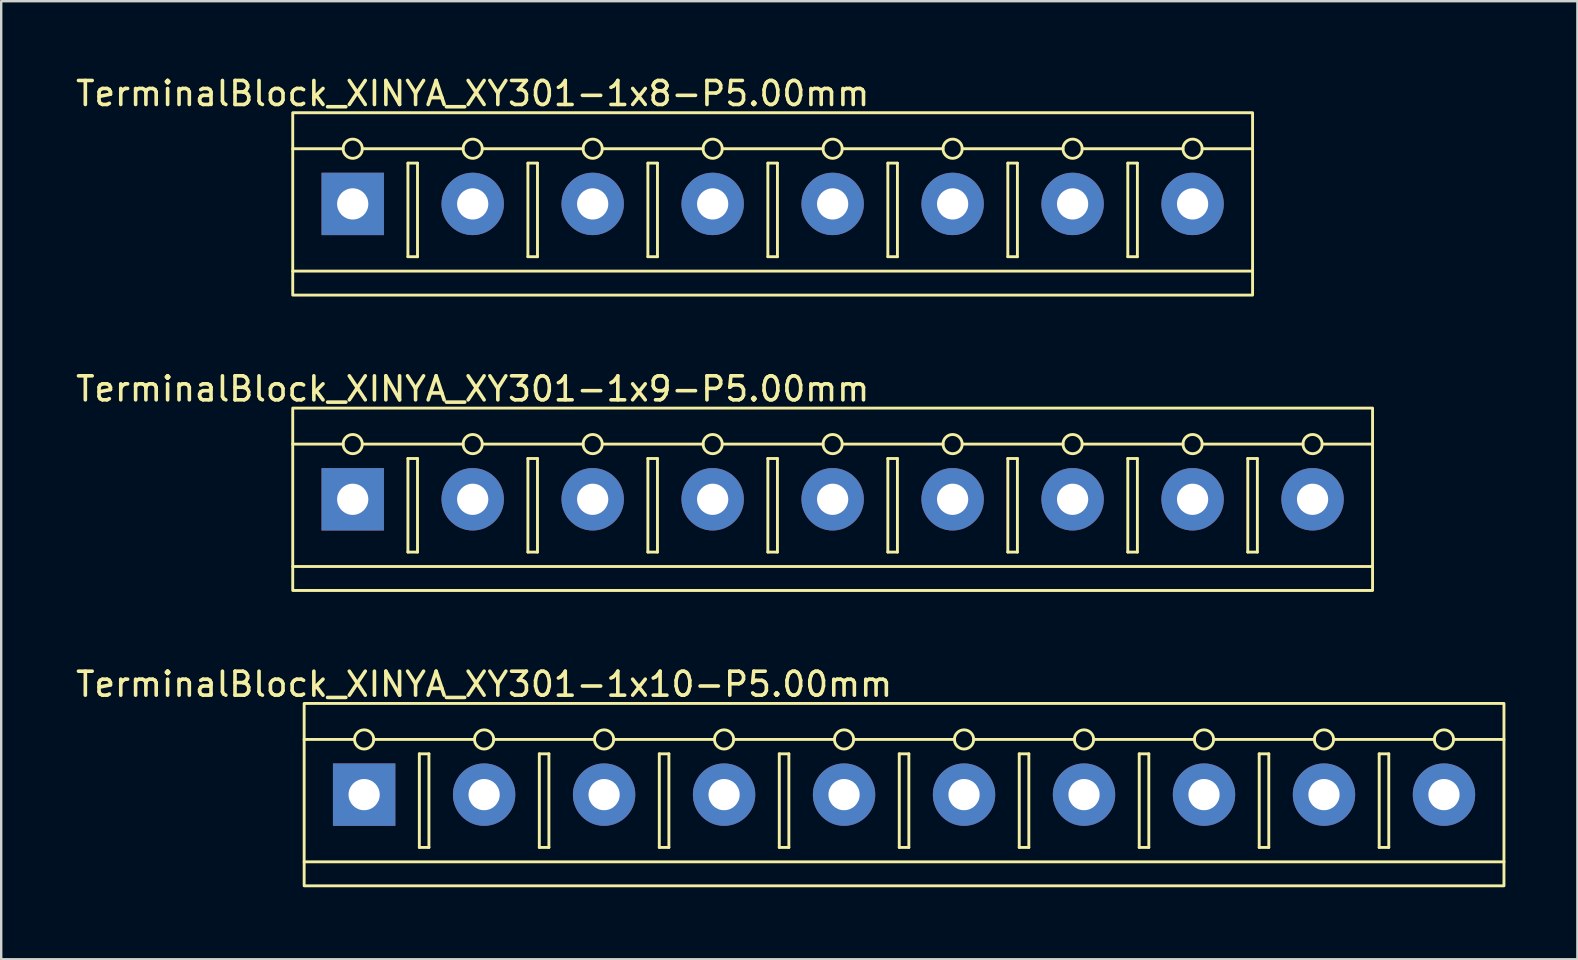
<source format=kicad_pcb>
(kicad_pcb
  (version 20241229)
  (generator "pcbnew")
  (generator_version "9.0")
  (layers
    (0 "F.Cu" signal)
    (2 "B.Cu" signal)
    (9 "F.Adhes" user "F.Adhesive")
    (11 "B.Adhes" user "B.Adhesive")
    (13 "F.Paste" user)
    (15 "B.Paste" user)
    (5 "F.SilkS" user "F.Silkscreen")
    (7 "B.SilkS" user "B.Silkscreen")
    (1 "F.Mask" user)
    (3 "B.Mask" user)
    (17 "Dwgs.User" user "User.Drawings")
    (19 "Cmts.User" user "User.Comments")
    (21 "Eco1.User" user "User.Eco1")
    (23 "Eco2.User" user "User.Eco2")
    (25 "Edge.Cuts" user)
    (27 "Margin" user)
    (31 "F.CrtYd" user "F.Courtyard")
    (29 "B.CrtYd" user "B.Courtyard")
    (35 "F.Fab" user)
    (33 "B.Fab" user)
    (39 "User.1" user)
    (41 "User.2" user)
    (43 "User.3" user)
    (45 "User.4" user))
  (footprint "TerminalBlock_XINYA_XY301-1x10-P5.00mm"
    (layer "F.Cu")
    (at 9.625 26.265)
    (property "Reference" "TerminalBlock_XINYA_XY301-1x10-P5.00mm" (at 7.5 -0.8 0) (unlocked yes) (layer "F.SilkS") (effects (font (size 1 1) (thickness 0.15))))
    (attr through_hole)
    (fp_line (start 2.1 1.5) (end 0 1.5) (stroke (width 0.12) (type solid)) (layer "F.SilkS"))
    (fp_line (start 4.8 2.1) (end 4.8 6) (stroke (width 0.12) (type solid)) (layer "F.SilkS"))
    (fp_line (start 4.8 6) (end 5.2 6) (stroke (width 0.12) (type solid)) (layer "F.SilkS"))
    (fp_line (start 5.2 2.1) (end 4.8 2.1) (stroke (width 0.12) (type solid)) (layer "F.SilkS"))
    (fp_line (start 5.2 6) (end 5.2 2.1) (stroke (width 0.12) (type solid)) (layer "F.SilkS"))
    (fp_line (start 7.1 1.5) (end 2.9 1.5) (stroke (width 0.12) (type solid)) (layer "F.SilkS"))
    (fp_line (start 9.8 2.1) (end 9.8 6) (stroke (width 0.12) (type solid)) (layer "F.SilkS"))
    (fp_line (start 9.8 6) (end 10.2 6) (stroke (width 0.12) (type solid)) (layer "F.SilkS"))
    (fp_line (start 10.2 2.1) (end 9.8 2.1) (stroke (width 0.12) (type solid)) (layer "F.SilkS"))
    (fp_line (start 10.2 6) (end 10.2 2.1) (stroke (width 0.12) (type solid)) (layer "F.SilkS"))
    (fp_line (start 12.1 1.5) (end 7.9 1.5) (stroke (width 0.12) (type solid)) (layer "F.SilkS"))
    (fp_line (start 14.8 2.1) (end 14.8 6) (stroke (width 0.12) (type solid)) (layer "F.SilkS"))
    (fp_line (start 14.8 6) (end 15.2 6) (stroke (width 0.12) (type solid)) (layer "F.SilkS"))
    (fp_line (start 15.2 2.1) (end 14.8 2.1) (stroke (width 0.12) (type solid)) (layer "F.SilkS"))
    (fp_line (start 15.2 6) (end 15.2 2.1) (stroke (width 0.12) (type solid)) (layer "F.SilkS"))
    (fp_line (start 17.1 1.5) (end 12.9 1.5) (stroke (width 0.12) (type solid)) (layer "F.SilkS"))
    (fp_line (start 19.8 2.1) (end 19.8 6) (stroke (width 0.12) (type solid)) (layer "F.SilkS"))
    (fp_line (start 19.8 6) (end 20.2 6) (stroke (width 0.12) (type solid)) (layer "F.SilkS"))
    (fp_line (start 20.2 2.1) (end 19.8 2.1) (stroke (width 0.12) (type solid)) (layer "F.SilkS"))
    (fp_line (start 20.2 6) (end 20.2 2.1) (stroke (width 0.12) (type solid)) (layer "F.SilkS"))
    (fp_line (start 22.1 1.5) (end 17.9 1.5) (stroke (width 0.12) (type solid)) (layer "F.SilkS"))
    (fp_line (start 24.8 2.1) (end 24.8 6) (stroke (width 0.12) (type solid)) (layer "F.SilkS"))
    (fp_line (start 24.8 6) (end 25.2 6) (stroke (width 0.12) (type solid)) (layer "F.SilkS"))
    (fp_line (start 25.2 2.1) (end 24.8 2.1) (stroke (width 0.12) (type solid)) (layer "F.SilkS"))
    (fp_line (start 25.2 6) (end 25.2 2.1) (stroke (width 0.12) (type solid)) (layer "F.SilkS"))
    (fp_line (start 27.1 1.5) (end 22.9 1.5) (stroke (width 0.12) (type solid)) (layer "F.SilkS"))
    (fp_line (start 29.8 2.1) (end 29.8 6) (stroke (width 0.12) (type solid)) (layer "F.SilkS"))
    (fp_line (start 29.8 6) (end 30.2 6) (stroke (width 0.12) (type solid)) (layer "F.SilkS"))
    (fp_line (start 30.2 2.1) (end 29.8 2.1) (stroke (width 0.12) (type solid)) (layer "F.SilkS"))
    (fp_line (start 30.2 6) (end 30.2 2.1) (stroke (width 0.12) (type solid)) (layer "F.SilkS"))
    (fp_line (start 32.1 1.5) (end 27.9 1.5) (stroke (width 0.12) (type solid)) (layer "F.SilkS"))
    (fp_line (start 34.8 2.1) (end 34.8 6) (stroke (width 0.12) (type solid)) (layer "F.SilkS"))
    (fp_line (start 34.8 6) (end 35.2 6) (stroke (width 0.12) (type solid)) (layer "F.SilkS"))
    (fp_line (start 35.2 2.1) (end 34.8 2.1) (stroke (width 0.12) (type solid)) (layer "F.SilkS"))
    (fp_line (start 35.2 6) (end 35.2 2.1) (stroke (width 0.12) (type solid)) (layer "F.SilkS"))
    (fp_line (start 37.1 1.5) (end 32.9 1.5) (stroke (width 0.12) (type solid)) (layer "F.SilkS"))
    (fp_line (start 39.8 2.1) (end 39.8 6) (stroke (width 0.12) (type solid)) (layer "F.SilkS"))
    (fp_line (start 39.8 6) (end 40.2 6) (stroke (width 0.12) (type solid)) (layer "F.SilkS"))
    (fp_line (start 40.2 2.1) (end 39.8 2.1) (stroke (width 0.12) (type solid)) (layer "F.SilkS"))
    (fp_line (start 40.2 6) (end 40.2 2.1) (stroke (width 0.12) (type solid)) (layer "F.SilkS"))
    (fp_line (start 42.1 1.5) (end 37.9 1.5) (stroke (width 0.12) (type solid)) (layer "F.SilkS"))
    (fp_line (start 44.8 2.1) (end 44.8 6) (stroke (width 0.12) (type solid)) (layer "F.SilkS"))
    (fp_line (start 44.8 6) (end 45.2 6) (stroke (width 0.12) (type solid)) (layer "F.SilkS"))
    (fp_line (start 45.2 2.1) (end 44.8 2.1) (stroke (width 0.12) (type solid)) (layer "F.SilkS"))
    (fp_line (start 45.2 6) (end 45.2 2.1) (stroke (width 0.12) (type solid)) (layer "F.SilkS"))
    (fp_line (start 47.1 1.5) (end 42.9 1.5) (stroke (width 0.12) (type solid)) (layer "F.SilkS"))
    (fp_line (start 47.9 1.5) (end 50 1.5) (stroke (width 0.12) (type solid)) (layer "F.SilkS"))
    (fp_line (start 50 6.6) (end 0 6.6) (stroke (width 0.12) (type solid)) (layer "F.SilkS"))
    (fp_rect (start 0 0) (end 50 7.6) (stroke (width 0.12) (type solid)) (fill no) (layer "F.SilkS"))
    (fp_circle (center 2.5 1.5) (end 2.9 1.5) (stroke (width 0.12) (type solid)) (fill no) (layer "F.SilkS"))
    (fp_circle (center 7.5 1.5) (end 7.9 1.5) (stroke (width 0.12) (type solid)) (fill no) (layer "F.SilkS"))
    (fp_circle (center 12.5 1.5) (end 12.9 1.5) (stroke (width 0.12) (type solid)) (fill no) (layer "F.SilkS"))
    (fp_circle (center 17.5 1.5) (end 17.9 1.5) (stroke (width 0.12) (type solid)) (fill no) (layer "F.SilkS"))
    (fp_circle (center 22.5 1.5) (end 22.9 1.5) (stroke (width 0.12) (type solid)) (fill no) (layer "F.SilkS"))
    (fp_circle (center 27.5 1.5) (end 27.9 1.5) (stroke (width 0.12) (type solid)) (fill no) (layer "F.SilkS"))
    (fp_circle (center 32.5 1.5) (end 32.9 1.5) (stroke (width 0.12) (type solid)) (fill no) (layer "F.SilkS"))
    (fp_circle (center 37.5 1.5) (end 37.9 1.5) (stroke (width 0.12) (type solid)) (fill no) (layer "F.SilkS"))
    (fp_circle (center 42.5 1.5) (end 42.9 1.5) (stroke (width 0.12) (type solid)) (fill no) (layer "F.SilkS"))
    (fp_circle (center 47.5 1.5) (end 47.9 1.5) (stroke (width 0.12) (type solid)) (fill no) (layer "F.SilkS"))
    (pad "1" thru_hole rect (at 2.5 3.8) (size 2.6 2.6) (drill 1.3) (layers "*.Cu" "*.Mask"))
    (pad "2" thru_hole circle (at 7.5 3.8) (size 2.6 2.6) (drill 1.3) (layers "*.Cu" "*.Mask"))
    (pad "3" thru_hole circle (at 12.5 3.8) (size 2.6 2.6) (drill 1.3) (layers "*.Cu" "*.Mask"))
    (pad "4" thru_hole circle (at 17.5 3.8) (size 2.6 2.6) (drill 1.3) (layers "*.Cu" "*.Mask"))
    (pad "5" thru_hole circle (at 22.5 3.8) (size 2.6 2.6) (drill 1.3) (layers "*.Cu" "*.Mask"))
    (pad "6" thru_hole circle (at 27.5 3.8) (size 2.6 2.6) (drill 1.3) (layers "*.Cu" "*.Mask"))
    (pad "7" thru_hole circle (at 32.5 3.8) (size 2.6 2.6) (drill 1.3) (layers "*.Cu" "*.Mask"))
    (pad "8" thru_hole circle (at 37.5 3.8) (size 2.6 2.6) (drill 1.3) (layers "*.Cu" "*.Mask"))
    (pad "9" thru_hole circle (at 42.5 3.8) (size 2.6 2.6) (drill 1.3) (layers "*.Cu" "*.Mask"))
    (pad "10" thru_hole circle (at 47.5 3.8) (size 2.6 2.6) (drill 1.3) (layers "*.Cu" "*.Mask")))
  (footprint "TerminalBlock_XINYA_XY301-1x8-P5.00mm"
    (layer "F.Cu")
    (at 9.149 1.648)
    (property "Reference" "TerminalBlock_XINYA_XY301-1x8-P5.00mm" (at 7.5 -0.8 0) (unlocked yes) (layer "F.SilkS") (effects (font (size 1 1) (thickness 0.15))))
    (attr through_hole)
    (fp_line (start 2.1 1.5) (end 0 1.5) (stroke (width 0.12) (type solid)) (layer "F.SilkS"))
    (fp_line (start 4.8 2.1) (end 4.8 6) (stroke (width 0.12) (type solid)) (layer "F.SilkS"))
    (fp_line (start 4.8 6) (end 5.2 6) (stroke (width 0.12) (type solid)) (layer "F.SilkS"))
    (fp_line (start 5.2 2.1) (end 4.8 2.1) (stroke (width 0.12) (type solid)) (layer "F.SilkS"))
    (fp_line (start 5.2 6) (end 5.2 2.1) (stroke (width 0.12) (type solid)) (layer "F.SilkS"))
    (fp_line (start 7.1 1.5) (end 2.9 1.5) (stroke (width 0.12) (type solid)) (layer "F.SilkS"))
    (fp_line (start 9.8 2.1) (end 9.8 6) (stroke (width 0.12) (type solid)) (layer "F.SilkS"))
    (fp_line (start 9.8 6) (end 10.2 6) (stroke (width 0.12) (type solid)) (layer "F.SilkS"))
    (fp_line (start 10.2 2.1) (end 9.8 2.1) (stroke (width 0.12) (type solid)) (layer "F.SilkS"))
    (fp_line (start 10.2 6) (end 10.2 2.1) (stroke (width 0.12) (type solid)) (layer "F.SilkS"))
    (fp_line (start 12.1 1.5) (end 7.9 1.5) (stroke (width 0.12) (type solid)) (layer "F.SilkS"))
    (fp_line (start 14.8 2.1) (end 14.8 6) (stroke (width 0.12) (type solid)) (layer "F.SilkS"))
    (fp_line (start 14.8 6) (end 15.2 6) (stroke (width 0.12) (type solid)) (layer "F.SilkS"))
    (fp_line (start 15.2 2.1) (end 14.8 2.1) (stroke (width 0.12) (type solid)) (layer "F.SilkS"))
    (fp_line (start 15.2 6) (end 15.2 2.1) (stroke (width 0.12) (type solid)) (layer "F.SilkS"))
    (fp_line (start 17.1 1.5) (end 12.9 1.5) (stroke (width 0.12) (type solid)) (layer "F.SilkS"))
    (fp_line (start 19.8 2.1) (end 19.8 6) (stroke (width 0.12) (type solid)) (layer "F.SilkS"))
    (fp_line (start 19.8 6) (end 20.2 6) (stroke (width 0.12) (type solid)) (layer "F.SilkS"))
    (fp_line (start 20.2 2.1) (end 19.8 2.1) (stroke (width 0.12) (type solid)) (layer "F.SilkS"))
    (fp_line (start 20.2 6) (end 20.2 2.1) (stroke (width 0.12) (type solid)) (layer "F.SilkS"))
    (fp_line (start 22.1 1.5) (end 17.9 1.5) (stroke (width 0.12) (type solid)) (layer "F.SilkS"))
    (fp_line (start 24.8 2.1) (end 24.8 6) (stroke (width 0.12) (type solid)) (layer "F.SilkS"))
    (fp_line (start 24.8 6) (end 25.2 6) (stroke (width 0.12) (type solid)) (layer "F.SilkS"))
    (fp_line (start 25.2 2.1) (end 24.8 2.1) (stroke (width 0.12) (type solid)) (layer "F.SilkS"))
    (fp_line (start 25.2 6) (end 25.2 2.1) (stroke (width 0.12) (type solid)) (layer "F.SilkS"))
    (fp_line (start 27.1 1.5) (end 22.9 1.5) (stroke (width 0.12) (type solid)) (layer "F.SilkS"))
    (fp_line (start 29.8 2.1) (end 29.8 6) (stroke (width 0.12) (type solid)) (layer "F.SilkS"))
    (fp_line (start 29.8 6) (end 30.2 6) (stroke (width 0.12) (type solid)) (layer "F.SilkS"))
    (fp_line (start 30.2 2.1) (end 29.8 2.1) (stroke (width 0.12) (type solid)) (layer "F.SilkS"))
    (fp_line (start 30.2 6) (end 30.2 2.1) (stroke (width 0.12) (type solid)) (layer "F.SilkS"))
    (fp_line (start 32.1 1.5) (end 27.9 1.5) (stroke (width 0.12) (type solid)) (layer "F.SilkS"))
    (fp_line (start 34.8 2.1) (end 34.8 6) (stroke (width 0.12) (type solid)) (layer "F.SilkS"))
    (fp_line (start 34.8 6) (end 35.2 6) (stroke (width 0.12) (type solid)) (layer "F.SilkS"))
    (fp_line (start 35.2 2.1) (end 34.8 2.1) (stroke (width 0.12) (type solid)) (layer "F.SilkS"))
    (fp_line (start 35.2 6) (end 35.2 2.1) (stroke (width 0.12) (type solid)) (layer "F.SilkS"))
    (fp_line (start 37.1 1.5) (end 32.9 1.5) (stroke (width 0.12) (type solid)) (layer "F.SilkS"))
    (fp_line (start 37.9 1.5) (end 40 1.5) (stroke (width 0.12) (type solid)) (layer "F.SilkS"))
    (fp_line (start 40 6.6) (end 0 6.6) (stroke (width 0.12) (type solid)) (layer "F.SilkS"))
    (fp_rect (start 0 0) (end 40 7.6) (stroke (width 0.12) (type solid)) (fill no) (layer "F.SilkS"))
    (fp_circle (center 2.5 1.5) (end 2.9 1.5) (stroke (width 0.12) (type solid)) (fill no) (layer "F.SilkS"))
    (fp_circle (center 7.5 1.5) (end 7.9 1.5) (stroke (width 0.12) (type solid)) (fill no) (layer "F.SilkS"))
    (fp_circle (center 12.5 1.5) (end 12.9 1.5) (stroke (width 0.12) (type solid)) (fill no) (layer "F.SilkS"))
    (fp_circle (center 17.5 1.5) (end 17.9 1.5) (stroke (width 0.12) (type solid)) (fill no) (layer "F.SilkS"))
    (fp_circle (center 22.5 1.5) (end 22.9 1.5) (stroke (width 0.12) (type solid)) (fill no) (layer "F.SilkS"))
    (fp_circle (center 27.5 1.5) (end 27.9 1.5) (stroke (width 0.12) (type solid)) (fill no) (layer "F.SilkS"))
    (fp_circle (center 32.5 1.5) (end 32.9 1.5) (stroke (width 0.12) (type solid)) (fill no) (layer "F.SilkS"))
    (fp_circle (center 37.5 1.5) (end 37.9 1.5) (stroke (width 0.12) (type solid)) (fill no) (layer "F.SilkS"))
    (pad "1" thru_hole rect (at 2.5 3.8) (size 2.6 2.6) (drill 1.3) (layers "*.Cu" "*.Mask"))
    (pad "2" thru_hole circle (at 7.5 3.8) (size 2.6 2.6) (drill 1.3) (layers "*.Cu" "*.Mask"))
    (pad "3" thru_hole circle (at 12.5 3.8) (size 2.6 2.6) (drill 1.3) (layers "*.Cu" "*.Mask"))
    (pad "4" thru_hole circle (at 17.5 3.8) (size 2.6 2.6) (drill 1.3) (layers "*.Cu" "*.Mask"))
    (pad "5" thru_hole circle (at 22.5 3.8) (size 2.6 2.6) (drill 1.3) (layers "*.Cu" "*.Mask"))
    (pad "6" thru_hole circle (at 27.5 3.8) (size 2.6 2.6) (drill 1.3) (layers "*.Cu" "*.Mask"))
    (pad "7" thru_hole circle (at 32.5 3.8) (size 2.6 2.6) (drill 1.3) (layers "*.Cu" "*.Mask"))
    (pad "8" thru_hole circle (at 37.5 3.8) (size 2.6 2.6) (drill 1.3) (layers "*.Cu" "*.Mask")))
  (footprint "TerminalBlock_XINYA_XY301-1x9-P5.00mm"
    (layer "F.Cu")
    (at 9.149 13.957)
    (property "Reference" "TerminalBlock_XINYA_XY301-1x9-P5.00mm" (at 7.5 -0.8 0) (unlocked yes) (layer "F.SilkS") (effects (font (size 1 1) (thickness 0.15))))
    (attr through_hole)
    (fp_line (start 2.1 1.5) (end 0 1.5) (stroke (width 0.12) (type solid)) (layer "F.SilkS"))
    (fp_line (start 4.8 2.1) (end 4.8 6) (stroke (width 0.12) (type solid)) (layer "F.SilkS"))
    (fp_line (start 4.8 6) (end 5.2 6) (stroke (width 0.12) (type solid)) (layer "F.SilkS"))
    (fp_line (start 5.2 2.1) (end 4.8 2.1) (stroke (width 0.12) (type solid)) (layer "F.SilkS"))
    (fp_line (start 5.2 6) (end 5.2 2.1) (stroke (width 0.12) (type solid)) (layer "F.SilkS"))
    (fp_line (start 7.1 1.5) (end 2.9 1.5) (stroke (width 0.12) (type solid)) (layer "F.SilkS"))
    (fp_line (start 9.8 2.1) (end 9.8 6) (stroke (width 0.12) (type solid)) (layer "F.SilkS"))
    (fp_line (start 9.8 6) (end 10.2 6) (stroke (width 0.12) (type solid)) (layer "F.SilkS"))
    (fp_line (start 10.2 2.1) (end 9.8 2.1) (stroke (width 0.12) (type solid)) (layer "F.SilkS"))
    (fp_line (start 10.2 6) (end 10.2 2.1) (stroke (width 0.12) (type solid)) (layer "F.SilkS"))
    (fp_line (start 12.1 1.5) (end 7.9 1.5) (stroke (width 0.12) (type solid)) (layer "F.SilkS"))
    (fp_line (start 14.8 2.1) (end 14.8 6) (stroke (width 0.12) (type solid)) (layer "F.SilkS"))
    (fp_line (start 14.8 6) (end 15.2 6) (stroke (width 0.12) (type solid)) (layer "F.SilkS"))
    (fp_line (start 15.2 2.1) (end 14.8 2.1) (stroke (width 0.12) (type solid)) (layer "F.SilkS"))
    (fp_line (start 15.2 6) (end 15.2 2.1) (stroke (width 0.12) (type solid)) (layer "F.SilkS"))
    (fp_line (start 17.1 1.5) (end 12.9 1.5) (stroke (width 0.12) (type solid)) (layer "F.SilkS"))
    (fp_line (start 19.8 2.1) (end 19.8 6) (stroke (width 0.12) (type solid)) (layer "F.SilkS"))
    (fp_line (start 19.8 6) (end 20.2 6) (stroke (width 0.12) (type solid)) (layer "F.SilkS"))
    (fp_line (start 20.2 2.1) (end 19.8 2.1) (stroke (width 0.12) (type solid)) (layer "F.SilkS"))
    (fp_line (start 20.2 6) (end 20.2 2.1) (stroke (width 0.12) (type solid)) (layer "F.SilkS"))
    (fp_line (start 22.1 1.5) (end 17.9 1.5) (stroke (width 0.12) (type solid)) (layer "F.SilkS"))
    (fp_line (start 24.8 2.1) (end 24.8 6) (stroke (width 0.12) (type solid)) (layer "F.SilkS"))
    (fp_line (start 24.8 6) (end 25.2 6) (stroke (width 0.12) (type solid)) (layer "F.SilkS"))
    (fp_line (start 25.2 2.1) (end 24.8 2.1) (stroke (width 0.12) (type solid)) (layer "F.SilkS"))
    (fp_line (start 25.2 6) (end 25.2 2.1) (stroke (width 0.12) (type solid)) (layer "F.SilkS"))
    (fp_line (start 27.1 1.5) (end 22.9 1.5) (stroke (width 0.12) (type solid)) (layer "F.SilkS"))
    (fp_line (start 29.8 2.1) (end 29.8 6) (stroke (width 0.12) (type solid)) (layer "F.SilkS"))
    (fp_line (start 29.8 6) (end 30.2 6) (stroke (width 0.12) (type solid)) (layer "F.SilkS"))
    (fp_line (start 30.2 2.1) (end 29.8 2.1) (stroke (width 0.12) (type solid)) (layer "F.SilkS"))
    (fp_line (start 30.2 6) (end 30.2 2.1) (stroke (width 0.12) (type solid)) (layer "F.SilkS"))
    (fp_line (start 32.1 1.5) (end 27.9 1.5) (stroke (width 0.12) (type solid)) (layer "F.SilkS"))
    (fp_line (start 34.8 2.1) (end 34.8 6) (stroke (width 0.12) (type solid)) (layer "F.SilkS"))
    (fp_line (start 34.8 6) (end 35.2 6) (stroke (width 0.12) (type solid)) (layer "F.SilkS"))
    (fp_line (start 35.2 2.1) (end 34.8 2.1) (stroke (width 0.12) (type solid)) (layer "F.SilkS"))
    (fp_line (start 35.2 6) (end 35.2 2.1) (stroke (width 0.12) (type solid)) (layer "F.SilkS"))
    (fp_line (start 37.1 1.5) (end 32.9 1.5) (stroke (width 0.12) (type solid)) (layer "F.SilkS"))
    (fp_line (start 39.8 2.1) (end 39.8 6) (stroke (width 0.12) (type solid)) (layer "F.SilkS"))
    (fp_line (start 39.8 6) (end 40.2 6) (stroke (width 0.12) (type solid)) (layer "F.SilkS"))
    (fp_line (start 40.2 2.1) (end 39.8 2.1) (stroke (width 0.12) (type solid)) (layer "F.SilkS"))
    (fp_line (start 40.2 6) (end 40.2 2.1) (stroke (width 0.12) (type solid)) (layer "F.SilkS"))
    (fp_line (start 42.1 1.5) (end 37.9 1.5) (stroke (width 0.12) (type solid)) (layer "F.SilkS"))
    (fp_line (start 42.9 1.5) (end 45 1.5) (stroke (width 0.12) (type solid)) (layer "F.SilkS"))
    (fp_line (start 45 6.6) (end 0 6.6) (stroke (width 0.12) (type solid)) (layer "F.SilkS"))
    (fp_rect (start 0 0) (end 45 7.6) (stroke (width 0.12) (type solid)) (fill no) (layer "F.SilkS"))
    (fp_circle (center 2.5 1.5) (end 2.9 1.5) (stroke (width 0.12) (type solid)) (fill no) (layer "F.SilkS"))
    (fp_circle (center 7.5 1.5) (end 7.9 1.5) (stroke (width 0.12) (type solid)) (fill no) (layer "F.SilkS"))
    (fp_circle (center 12.5 1.5) (end 12.9 1.5) (stroke (width 0.12) (type solid)) (fill no) (layer "F.SilkS"))
    (fp_circle (center 17.5 1.5) (end 17.9 1.5) (stroke (width 0.12) (type solid)) (fill no) (layer "F.SilkS"))
    (fp_circle (center 22.5 1.5) (end 22.9 1.5) (stroke (width 0.12) (type solid)) (fill no) (layer "F.SilkS"))
    (fp_circle (center 27.5 1.5) (end 27.9 1.5) (stroke (width 0.12) (type solid)) (fill no) (layer "F.SilkS"))
    (fp_circle (center 32.5 1.5) (end 32.9 1.5) (stroke (width 0.12) (type solid)) (fill no) (layer "F.SilkS"))
    (fp_circle (center 37.5 1.5) (end 37.9 1.5) (stroke (width 0.12) (type solid)) (fill no) (layer "F.SilkS"))
    (fp_circle (center 42.5 1.5) (end 42.9 1.5) (stroke (width 0.12) (type solid)) (fill no) (layer "F.SilkS"))
    (pad "1" thru_hole rect (at 2.5 3.8) (size 2.6 2.6) (drill 1.3) (layers "*.Cu" "*.Mask"))
    (pad "2" thru_hole circle (at 7.5 3.8) (size 2.6 2.6) (drill 1.3) (layers "*.Cu" "*.Mask"))
    (pad "3" thru_hole circle (at 12.5 3.8) (size 2.6 2.6) (drill 1.3) (layers "*.Cu" "*.Mask"))
    (pad "4" thru_hole circle (at 17.5 3.8) (size 2.6 2.6) (drill 1.3) (layers "*.Cu" "*.Mask"))
    (pad "5" thru_hole circle (at 22.5 3.8) (size 2.6 2.6) (drill 1.3) (layers "*.Cu" "*.Mask"))
    (pad "6" thru_hole circle (at 27.5 3.8) (size 2.6 2.6) (drill 1.3) (layers "*.Cu" "*.Mask"))
    (pad "7" thru_hole circle (at 32.5 3.8) (size 2.6 2.6) (drill 1.3) (layers "*.Cu" "*.Mask"))
    (pad "8" thru_hole circle (at 37.5 3.8) (size 2.6 2.6) (drill 1.3) (layers "*.Cu" "*.Mask"))
    (pad "9" thru_hole circle (at 42.5 3.8) (size 2.6 2.6) (drill 1.3) (layers "*.Cu" "*.Mask")))
  (gr_rect
    (start -3 -3)
    (end 62.685 36.925)
    (stroke (width 0.1) (type default))
    (fill no)
    (layer "Edge.Cuts")))
</source>
